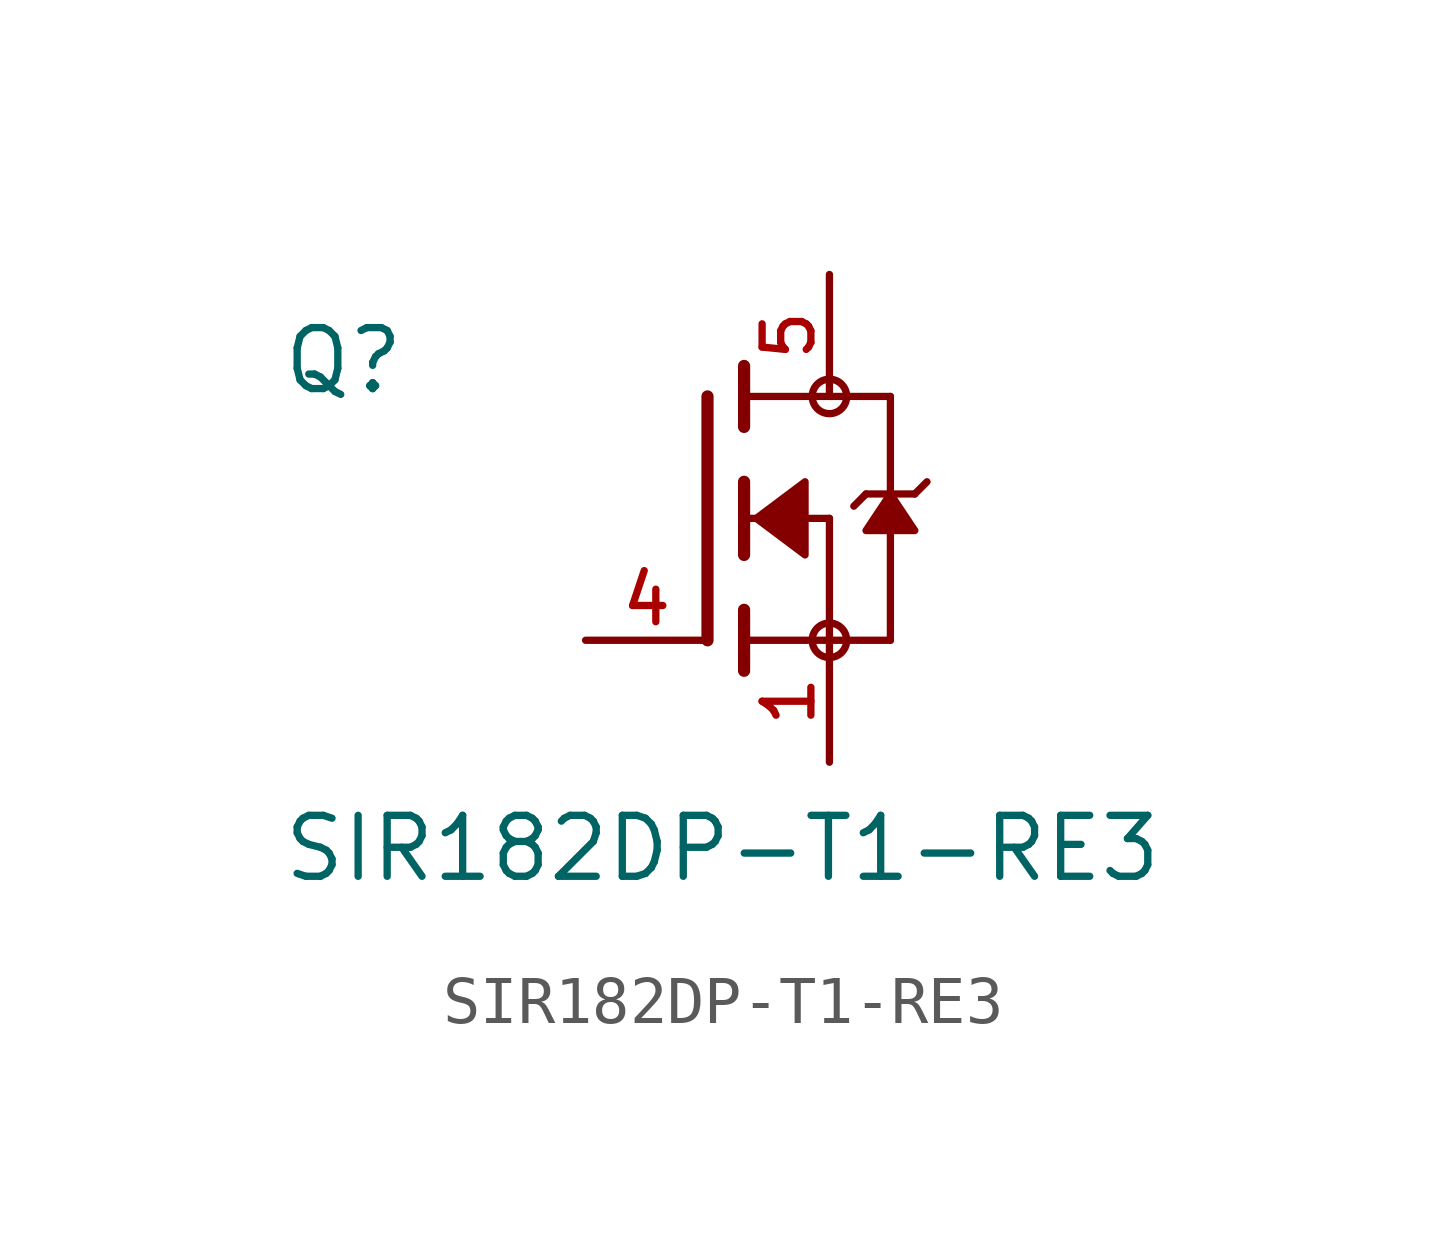
<source format=kicad_sym>
(kicad_symbol_lib
  (version 20211014)
  (generator kicad_symbol_editor)
  (symbol "SIR182DP-T1-RE3"
    (pin_names
      (offset 1.016))
    (property "Reference" "Q"
      (at -8.89 2.54 0)
      (effects (font (size 1.27 1.27)) (justify bottom left)))
    (property "Value" "SIR182DP-T1-RE3"
      (at -8.89 -7.62 0)
      (effects (font (size 1.27 1.27)) (justify bottom left)))
    (symbol "SIR182DP-T1-RE3_0_0"
      (polyline (pts (xy 0.762 0.762) (xy 0.762 0.0)) (stroke (width 0.254)))
      (polyline (pts (xy 0.762 0.0) (xy 0.762 -0.762)) (stroke (width 0.254)))
      (polyline (pts (xy 0.762 3.175) (xy 0.762 2.54)) (stroke (width 0.254)))
      (polyline (pts (xy 0.762 2.54) (xy 0.762 1.905)) (stroke (width 0.254)))
      (polyline (pts (xy 0.762 0.0) (xy 2.54 0.0)) (stroke (width 0.152)))
      (polyline (pts (xy 2.54 0.0) (xy 2.54 -2.54)) (stroke (width 0.152)))
      (polyline (pts (xy 0.762 -1.905) (xy 0.762 -2.54)) (stroke (width 0.254)))
      (polyline (pts (xy 0.762 -2.54) (xy 0.762 -3.175)) (stroke (width 0.254)))
      (polyline (pts (xy 0.0 2.54) (xy 0.0 -2.54)) (stroke (width 0.254)))
      (polyline (pts (xy 2.54 -2.54) (xy 0.762 -2.54)) (stroke (width 0.152)))
      (polyline (pts (xy 3.81 2.54) (xy 3.81 0.508)) (stroke (width 0.152)))
      (polyline (pts (xy 3.81 0.508) (xy 3.81 -2.54)) (stroke (width 0.152)))
      (polyline (pts (xy 2.54 -2.54) (xy 3.81 -2.54)) (stroke (width 0.152)))
      (polyline (pts (xy 0.762 2.54) (xy 3.81 2.54)) (stroke (width 0.152)))
      (polyline (pts (xy 4.572 0.762) (xy 4.318 0.508)) (stroke (width 0.152)))
      (polyline (pts (xy 4.318 0.508) (xy 3.81 0.508)) (stroke (width 0.152)))
      (polyline (pts (xy 3.81 0.508) (xy 3.302 0.508)) (stroke (width 0.152)))
      (polyline (pts (xy 3.302 0.508) (xy 3.048 0.254)) (stroke (width 0.152)))
      (circle (center 2.54 -2.54) (radius 0.359) (stroke (width 0.0)) (fill (type none)))
      (circle (center 2.54 2.54) (radius 0.359) (stroke (width 0.0)) (fill (type none)))
      (polyline (pts (xy 3.81 0.508) (xy 3.302 -0.254) (xy 4.318 -0.254) (xy 3.81 0.508)) (stroke (width 0.152)) (fill (type outline)))
      (polyline (pts (xy 1.016 0.0) (xy 2.032 0.762) (xy 2.032 -0.762) (xy 1.016 0.0)) (stroke (width 0.152)) (fill (type outline)))
      (pin passive line (at 2.54 -5.08 90.0) (length 2.54) (name "~" (effects (font (size 1.016 1.016)))) (number "1" (effects (font (size 1.016 1.016)))))
      (pin passive line (at -2.54 -2.54 0) (length 2.54) (name "~" (effects (font (size 1.016 1.016)))) (number "4" (effects (font (size 1.016 1.016)))))
      (pin passive line (at 2.54 5.08 270.0) (length 2.54) (name "~" (effects (font (size 1.016 1.016)))) (number "5" (effects (font (size 1.016 1.016))))))))
</source>
